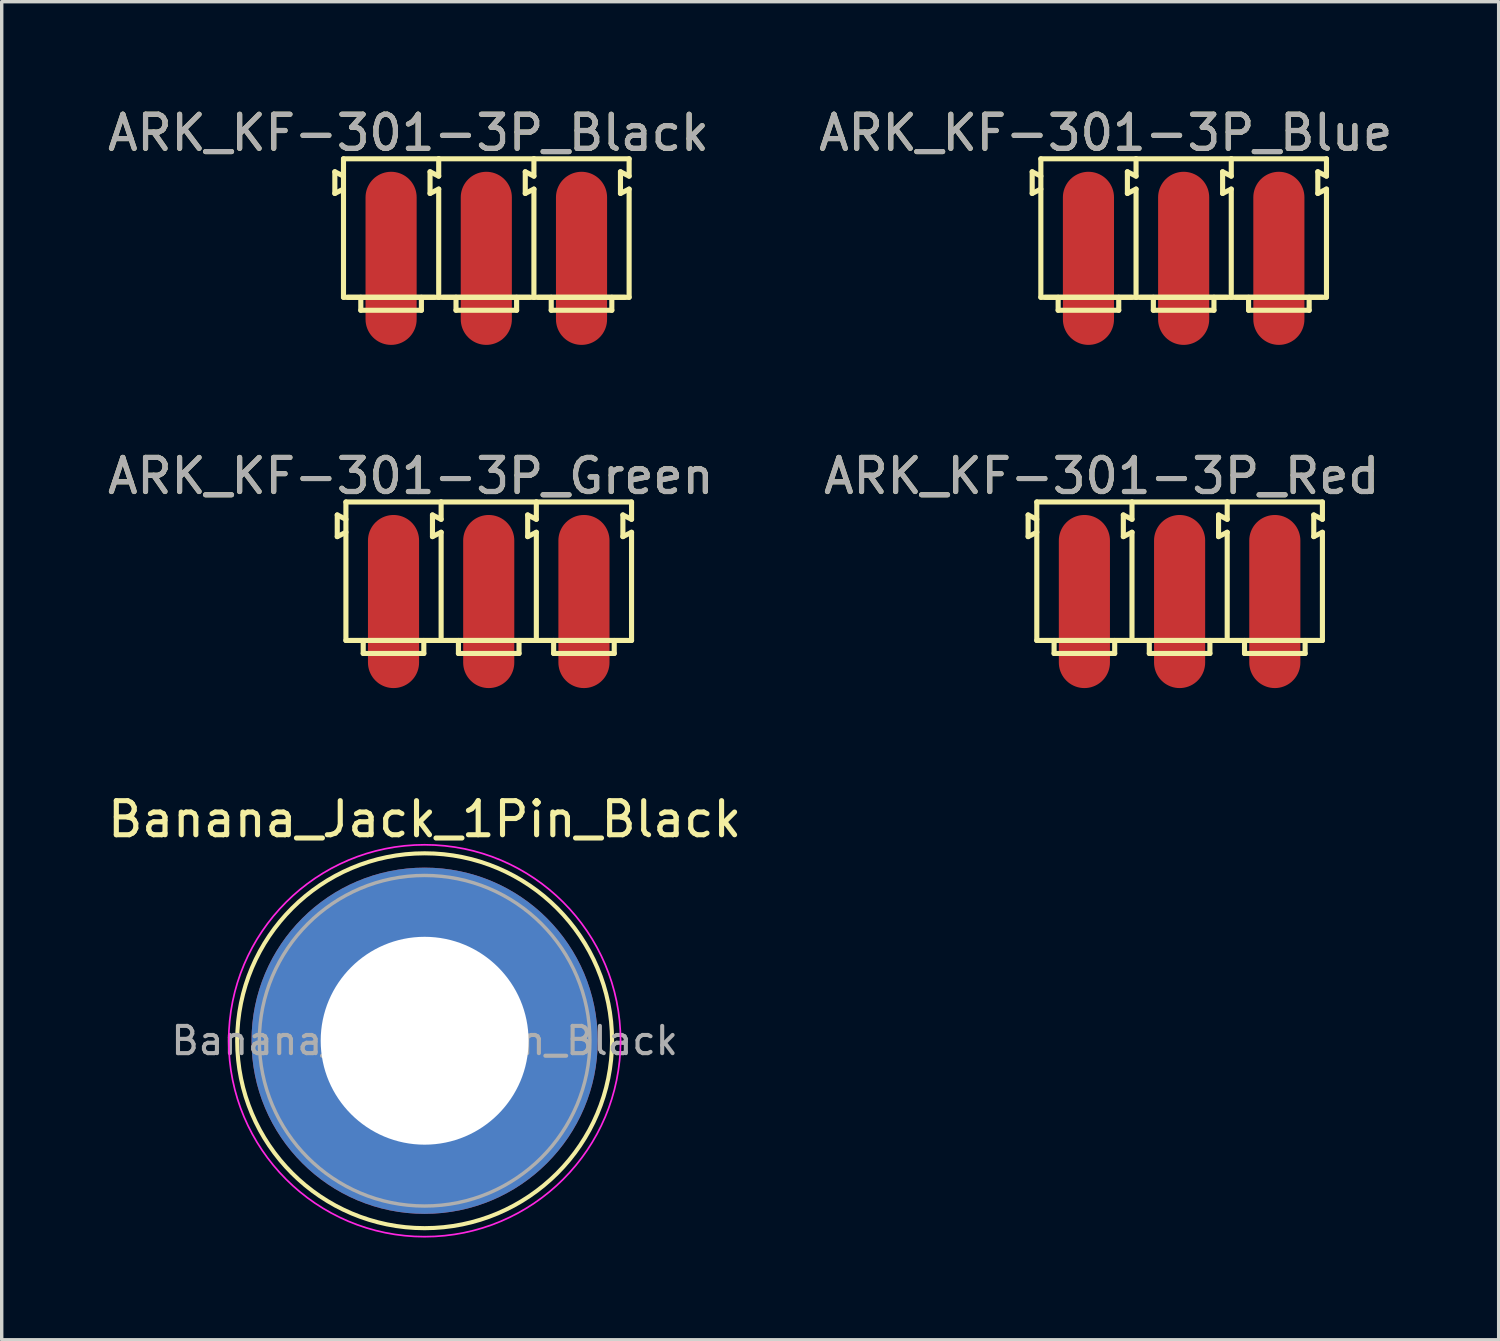
<source format=kicad_pcb>
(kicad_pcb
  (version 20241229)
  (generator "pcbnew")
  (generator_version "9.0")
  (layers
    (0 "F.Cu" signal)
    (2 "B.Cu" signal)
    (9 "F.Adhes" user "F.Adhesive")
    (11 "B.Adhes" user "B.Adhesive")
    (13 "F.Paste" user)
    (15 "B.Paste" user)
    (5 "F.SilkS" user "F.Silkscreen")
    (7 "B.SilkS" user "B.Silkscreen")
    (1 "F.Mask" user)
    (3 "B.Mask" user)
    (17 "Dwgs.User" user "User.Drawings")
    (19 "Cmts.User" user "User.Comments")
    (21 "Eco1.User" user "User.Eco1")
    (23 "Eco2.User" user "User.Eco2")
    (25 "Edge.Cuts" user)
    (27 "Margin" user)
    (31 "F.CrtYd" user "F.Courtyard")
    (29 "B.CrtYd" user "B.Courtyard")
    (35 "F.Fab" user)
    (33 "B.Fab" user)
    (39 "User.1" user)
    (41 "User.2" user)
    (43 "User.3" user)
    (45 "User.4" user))
  (footprint "ARK_KF-301-3P_Green"
    (layer "F.Cu")
    (at 8.498 13.332)
    (property "Reference" "ARK_KF-301-3P_Green" (at 0.508 -2.413 180) (layer "F.SilkS") (effects (font (size 1 1) (thickness 0.15))))
    (attr through_hole)
    (fp_line (start -1.651 -1.27) (end -1.651 -0.635) (stroke (width 0.15) (type solid)) (layer "F.SilkS"))
    (fp_line (start -1.651 -0.635) (end -1.397 -0.762) (stroke (width 0.15) (type solid)) (layer "F.SilkS"))
    (fp_line (start -1.397 -1.651) (end 1.397 -1.651) (stroke (width 0.15) (type solid)) (layer "F.SilkS"))
    (fp_line (start -1.397 -1.143) (end -1.651 -1.27) (stroke (width 0.15) (type solid)) (layer "F.SilkS"))
    (fp_line (start -1.397 2.413) (end -1.397 -1.651) (stroke (width 0.15) (type solid)) (layer "F.SilkS"))
    (fp_line (start -1.27 2.413) (end 1.27 2.413) (stroke (width 0.15) (type solid)) (layer "F.SilkS"))
    (fp_line (start -0.889 2.794) (end -0.889 2.413) (stroke (width 0.15) (type solid)) (layer "F.SilkS"))
    (fp_line (start 0.889 2.794) (end -0.889 2.794) (stroke (width 0.15) (type solid)) (layer "F.SilkS"))
    (fp_line (start 0.889 2.794) (end 0.889 2.413) (stroke (width 0.15) (type solid)) (layer "F.SilkS"))
    (fp_line (start 1.143 -1.27) (end 1.143 -0.635) (stroke (width 0.15) (type solid)) (layer "F.SilkS"))
    (fp_line (start 1.143 -0.635) (end 1.397 -0.762) (stroke (width 0.15) (type solid)) (layer "F.SilkS"))
    (fp_line (start 1.397 -1.651) (end 4.191 -1.651) (stroke (width 0.15) (type solid)) (layer "F.SilkS"))
    (fp_line (start 1.397 -1.143) (end 1.143 -1.27) (stroke (width 0.15) (type solid)) (layer "F.SilkS"))
    (fp_line (start 1.397 -1.143) (end 1.397 -1.651) (stroke (width 0.15) (type solid)) (layer "F.SilkS"))
    (fp_line (start 1.397 -0.762) (end 1.397 2.413) (stroke (width 0.15) (type solid)) (layer "F.SilkS"))
    (fp_line (start 1.397 2.413) (end -1.397 2.413) (stroke (width 0.15) (type solid)) (layer "F.SilkS"))
    (fp_line (start 1.524 2.413) (end 4.064 2.413) (stroke (width 0.15) (type solid)) (layer "F.SilkS"))
    (fp_line (start 1.905 2.794) (end 1.905 2.413) (stroke (width 0.15) (type solid)) (layer "F.SilkS"))
    (fp_line (start 3.683 2.794) (end 1.905 2.794) (stroke (width 0.15) (type solid)) (layer "F.SilkS"))
    (fp_line (start 3.683 2.794) (end 3.683 2.413) (stroke (width 0.15) (type solid)) (layer "F.SilkS"))
    (fp_line (start 3.937 -1.27) (end 3.937 -0.635) (stroke (width 0.15) (type solid)) (layer "F.SilkS"))
    (fp_line (start 3.937 -0.635) (end 4.191 -0.762) (stroke (width 0.15) (type solid)) (layer "F.SilkS"))
    (fp_line (start 4.191 -1.651) (end 6.985 -1.651) (stroke (width 0.15) (type solid)) (layer "F.SilkS"))
    (fp_line (start 4.191 -1.143) (end 3.937 -1.27) (stroke (width 0.15) (type solid)) (layer "F.SilkS"))
    (fp_line (start 4.191 -1.143) (end 4.191 -1.651) (stroke (width 0.15) (type solid)) (layer "F.SilkS"))
    (fp_line (start 4.191 -0.762) (end 4.191 2.413) (stroke (width 0.15) (type solid)) (layer "F.SilkS"))
    (fp_line (start 4.191 2.413) (end 1.397 2.413) (stroke (width 0.15) (type solid)) (layer "F.SilkS"))
    (fp_line (start 4.318 2.413) (end 6.858 2.413) (stroke (width 0.15) (type solid)) (layer "F.SilkS"))
    (fp_line (start 4.699 2.794) (end 4.699 2.413) (stroke (width 0.15) (type solid)) (layer "F.SilkS"))
    (fp_line (start 6.477 2.794) (end 4.699 2.794) (stroke (width 0.15) (type solid)) (layer "F.SilkS"))
    (fp_line (start 6.477 2.794) (end 6.477 2.413) (stroke (width 0.15) (type solid)) (layer "F.SilkS"))
    (fp_line (start 6.731 -1.27) (end 6.731 -0.635) (stroke (width 0.15) (type solid)) (layer "F.SilkS"))
    (fp_line (start 6.731 -0.635) (end 6.985 -0.762) (stroke (width 0.15) (type solid)) (layer "F.SilkS"))
    (fp_line (start 6.985 -1.143) (end 6.731 -1.27) (stroke (width 0.15) (type solid)) (layer "F.SilkS"))
    (fp_line (start 6.985 -1.143) (end 6.985 -1.651) (stroke (width 0.15) (type solid)) (layer "F.SilkS"))
    (fp_line (start 6.985 -0.762) (end 6.985 2.413) (stroke (width 0.15) (type solid)) (layer "F.SilkS"))
    (fp_line (start 6.985 2.413) (end 4.191 2.413) (stroke (width 0.15) (type solid)) (layer "F.SilkS"))
    (fp_text user "${REFERENCE}" (at 0.508 -2.413 0) (layer "F.Fab") (effects (font (size 1 1) (thickness 0.15))))
    (pad "1" smd oval (at 0 0) (size 1.5 5.08) (drill (offset 0 1.27)) (layers "F.Cu" "F.Mask" "F.Paste"))
    (pad "2" smd oval (at 2.794 0) (size 1.5 5.08) (drill (offset 0 1.27)) (layers "F.Cu" "F.Mask" "F.Paste"))
    (pad "3" smd oval (at 5.588 0) (size 1.5 5.08) (drill (offset 0 1.27)) (layers "F.Cu" "F.Mask" "F.Paste")))
  (footprint "Banana_Jack_1Pin_Black"
    (layer "F.Cu")
    (at 9.411 27.491)
    (property "Reference" "Banana_Jack_1Pin_Black" (at 0 -6.5 0) (layer "F.SilkS") (effects (font (size 1 1) (thickness 0.15))))
    (attr through_hole)
    (fp_circle (center 0 0) (end 5.5 0) (stroke (width 0.12) (type solid)) (fill no) (layer "F.SilkS"))
    (fp_circle (center 0 0) (end 5.75 0) (stroke (width 0.05) (type solid)) (fill no) (layer "F.CrtYd"))
    (fp_circle (center 0 0) (end 2 0) (stroke (width 0.1) (type solid)) (fill no) (layer "F.Fab"))
    (fp_circle (center 0 0) (end 4.85 0.05) (stroke (width 0.1) (type solid)) (fill no) (layer "F.Fab"))
    (fp_text user "${REFERENCE}" (at 0 0 0) (layer "F.Fab") (effects (font (size 0.8 0.8) (thickness 0.12))))
    (pad "1" thru_hole circle (at 0 0) (size 10.16 10.16) (drill 6.1) (layers "*.Cu" "*.Mask")))
  (footprint "ARK_KF-301-3P_Black"
    (layer "F.Cu")
    (at 8.427 3.261)
    (property "Reference" "ARK_KF-301-3P_Black" (at 0.508 -2.413 180) (layer "F.SilkS") (effects (font (size 1 1) (thickness 0.15))))
    (attr through_hole)
    (fp_line (start -1.651 -1.27) (end -1.651 -0.635) (stroke (width 0.15) (type solid)) (layer "F.SilkS"))
    (fp_line (start -1.651 -0.635) (end -1.397 -0.762) (stroke (width 0.15) (type solid)) (layer "F.SilkS"))
    (fp_line (start -1.397 -1.651) (end 1.397 -1.651) (stroke (width 0.15) (type solid)) (layer "F.SilkS"))
    (fp_line (start -1.397 -1.143) (end -1.651 -1.27) (stroke (width 0.15) (type solid)) (layer "F.SilkS"))
    (fp_line (start -1.397 2.413) (end -1.397 -1.651) (stroke (width 0.15) (type solid)) (layer "F.SilkS"))
    (fp_line (start -1.27 2.413) (end 1.27 2.413) (stroke (width 0.15) (type solid)) (layer "F.SilkS"))
    (fp_line (start -0.889 2.794) (end -0.889 2.413) (stroke (width 0.15) (type solid)) (layer "F.SilkS"))
    (fp_line (start 0.889 2.794) (end -0.889 2.794) (stroke (width 0.15) (type solid)) (layer "F.SilkS"))
    (fp_line (start 0.889 2.794) (end 0.889 2.413) (stroke (width 0.15) (type solid)) (layer "F.SilkS"))
    (fp_line (start 1.143 -1.27) (end 1.143 -0.635) (stroke (width 0.15) (type solid)) (layer "F.SilkS"))
    (fp_line (start 1.143 -0.635) (end 1.397 -0.762) (stroke (width 0.15) (type solid)) (layer "F.SilkS"))
    (fp_line (start 1.397 -1.651) (end 4.191 -1.651) (stroke (width 0.15) (type solid)) (layer "F.SilkS"))
    (fp_line (start 1.397 -1.143) (end 1.143 -1.27) (stroke (width 0.15) (type solid)) (layer "F.SilkS"))
    (fp_line (start 1.397 -1.143) (end 1.397 -1.651) (stroke (width 0.15) (type solid)) (layer "F.SilkS"))
    (fp_line (start 1.397 -0.762) (end 1.397 2.413) (stroke (width 0.15) (type solid)) (layer "F.SilkS"))
    (fp_line (start 1.397 2.413) (end -1.397 2.413) (stroke (width 0.15) (type solid)) (layer "F.SilkS"))
    (fp_line (start 1.524 2.413) (end 4.064 2.413) (stroke (width 0.15) (type solid)) (layer "F.SilkS"))
    (fp_line (start 1.905 2.794) (end 1.905 2.413) (stroke (width 0.15) (type solid)) (layer "F.SilkS"))
    (fp_line (start 3.683 2.794) (end 1.905 2.794) (stroke (width 0.15) (type solid)) (layer "F.SilkS"))
    (fp_line (start 3.683 2.794) (end 3.683 2.413) (stroke (width 0.15) (type solid)) (layer "F.SilkS"))
    (fp_line (start 3.937 -1.27) (end 3.937 -0.635) (stroke (width 0.15) (type solid)) (layer "F.SilkS"))
    (fp_line (start 3.937 -0.635) (end 4.191 -0.762) (stroke (width 0.15) (type solid)) (layer "F.SilkS"))
    (fp_line (start 4.191 -1.651) (end 6.985 -1.651) (stroke (width 0.15) (type solid)) (layer "F.SilkS"))
    (fp_line (start 4.191 -1.143) (end 3.937 -1.27) (stroke (width 0.15) (type solid)) (layer "F.SilkS"))
    (fp_line (start 4.191 -1.143) (end 4.191 -1.651) (stroke (width 0.15) (type solid)) (layer "F.SilkS"))
    (fp_line (start 4.191 -0.762) (end 4.191 2.413) (stroke (width 0.15) (type solid)) (layer "F.SilkS"))
    (fp_line (start 4.191 2.413) (end 1.397 2.413) (stroke (width 0.15) (type solid)) (layer "F.SilkS"))
    (fp_line (start 4.318 2.413) (end 6.858 2.413) (stroke (width 0.15) (type solid)) (layer "F.SilkS"))
    (fp_line (start 4.699 2.794) (end 4.699 2.413) (stroke (width 0.15) (type solid)) (layer "F.SilkS"))
    (fp_line (start 6.477 2.794) (end 4.699 2.794) (stroke (width 0.15) (type solid)) (layer "F.SilkS"))
    (fp_line (start 6.477 2.794) (end 6.477 2.413) (stroke (width 0.15) (type solid)) (layer "F.SilkS"))
    (fp_line (start 6.731 -1.27) (end 6.731 -0.635) (stroke (width 0.15) (type solid)) (layer "F.SilkS"))
    (fp_line (start 6.731 -0.635) (end 6.985 -0.762) (stroke (width 0.15) (type solid)) (layer "F.SilkS"))
    (fp_line (start 6.985 -1.143) (end 6.731 -1.27) (stroke (width 0.15) (type solid)) (layer "F.SilkS"))
    (fp_line (start 6.985 -1.143) (end 6.985 -1.651) (stroke (width 0.15) (type solid)) (layer "F.SilkS"))
    (fp_line (start 6.985 -0.762) (end 6.985 2.413) (stroke (width 0.15) (type solid)) (layer "F.SilkS"))
    (fp_line (start 6.985 2.413) (end 4.191 2.413) (stroke (width 0.15) (type solid)) (layer "F.SilkS"))
    (fp_text user "${REFERENCE}" (at 0.508 -2.413 0) (layer "F.Fab") (effects (font (size 1 1) (thickness 0.15))))
    (pad "1" smd oval (at 0 0) (size 1.5 5.08) (drill (offset 0 1.27)) (layers "F.Cu" "F.Mask" "F.Paste"))
    (pad "2" smd oval (at 2.794 0) (size 1.5 5.08) (drill (offset 0 1.27)) (layers "F.Cu" "F.Mask" "F.Paste"))
    (pad "3" smd oval (at 5.588 0) (size 1.5 5.08) (drill (offset 0 1.27)) (layers "F.Cu" "F.Mask" "F.Paste")))
  (footprint "ARK_KF-301-3P_Blue"
    (layer "F.Cu")
    (at 28.891 3.261)
    (property "Reference" "ARK_KF-301-3P_Blue" (at 0.508 -2.413 180) (layer "F.SilkS") (effects (font (size 1 1) (thickness 0.15))))
    (attr through_hole)
    (fp_line (start -1.651 -1.27) (end -1.651 -0.635) (stroke (width 0.15) (type solid)) (layer "F.SilkS"))
    (fp_line (start -1.651 -0.635) (end -1.397 -0.762) (stroke (width 0.15) (type solid)) (layer "F.SilkS"))
    (fp_line (start -1.397 -1.651) (end 1.397 -1.651) (stroke (width 0.15) (type solid)) (layer "F.SilkS"))
    (fp_line (start -1.397 -1.143) (end -1.651 -1.27) (stroke (width 0.15) (type solid)) (layer "F.SilkS"))
    (fp_line (start -1.397 2.413) (end -1.397 -1.651) (stroke (width 0.15) (type solid)) (layer "F.SilkS"))
    (fp_line (start -1.27 2.413) (end 1.27 2.413) (stroke (width 0.15) (type solid)) (layer "F.SilkS"))
    (fp_line (start -0.889 2.794) (end -0.889 2.413) (stroke (width 0.15) (type solid)) (layer "F.SilkS"))
    (fp_line (start 0.889 2.794) (end -0.889 2.794) (stroke (width 0.15) (type solid)) (layer "F.SilkS"))
    (fp_line (start 0.889 2.794) (end 0.889 2.413) (stroke (width 0.15) (type solid)) (layer "F.SilkS"))
    (fp_line (start 1.143 -1.27) (end 1.143 -0.635) (stroke (width 0.15) (type solid)) (layer "F.SilkS"))
    (fp_line (start 1.143 -0.635) (end 1.397 -0.762) (stroke (width 0.15) (type solid)) (layer "F.SilkS"))
    (fp_line (start 1.397 -1.651) (end 4.191 -1.651) (stroke (width 0.15) (type solid)) (layer "F.SilkS"))
    (fp_line (start 1.397 -1.143) (end 1.143 -1.27) (stroke (width 0.15) (type solid)) (layer "F.SilkS"))
    (fp_line (start 1.397 -1.143) (end 1.397 -1.651) (stroke (width 0.15) (type solid)) (layer "F.SilkS"))
    (fp_line (start 1.397 -0.762) (end 1.397 2.413) (stroke (width 0.15) (type solid)) (layer "F.SilkS"))
    (fp_line (start 1.397 2.413) (end -1.397 2.413) (stroke (width 0.15) (type solid)) (layer "F.SilkS"))
    (fp_line (start 1.524 2.413) (end 4.064 2.413) (stroke (width 0.15) (type solid)) (layer "F.SilkS"))
    (fp_line (start 1.905 2.794) (end 1.905 2.413) (stroke (width 0.15) (type solid)) (layer "F.SilkS"))
    (fp_line (start 3.683 2.794) (end 1.905 2.794) (stroke (width 0.15) (type solid)) (layer "F.SilkS"))
    (fp_line (start 3.683 2.794) (end 3.683 2.413) (stroke (width 0.15) (type solid)) (layer "F.SilkS"))
    (fp_line (start 3.937 -1.27) (end 3.937 -0.635) (stroke (width 0.15) (type solid)) (layer "F.SilkS"))
    (fp_line (start 3.937 -0.635) (end 4.191 -0.762) (stroke (width 0.15) (type solid)) (layer "F.SilkS"))
    (fp_line (start 4.191 -1.651) (end 6.985 -1.651) (stroke (width 0.15) (type solid)) (layer "F.SilkS"))
    (fp_line (start 4.191 -1.143) (end 3.937 -1.27) (stroke (width 0.15) (type solid)) (layer "F.SilkS"))
    (fp_line (start 4.191 -1.143) (end 4.191 -1.651) (stroke (width 0.15) (type solid)) (layer "F.SilkS"))
    (fp_line (start 4.191 -0.762) (end 4.191 2.413) (stroke (width 0.15) (type solid)) (layer "F.SilkS"))
    (fp_line (start 4.191 2.413) (end 1.397 2.413) (stroke (width 0.15) (type solid)) (layer "F.SilkS"))
    (fp_line (start 4.318 2.413) (end 6.858 2.413) (stroke (width 0.15) (type solid)) (layer "F.SilkS"))
    (fp_line (start 4.699 2.794) (end 4.699 2.413) (stroke (width 0.15) (type solid)) (layer "F.SilkS"))
    (fp_line (start 6.477 2.794) (end 4.699 2.794) (stroke (width 0.15) (type solid)) (layer "F.SilkS"))
    (fp_line (start 6.477 2.794) (end 6.477 2.413) (stroke (width 0.15) (type solid)) (layer "F.SilkS"))
    (fp_line (start 6.731 -1.27) (end 6.731 -0.635) (stroke (width 0.15) (type solid)) (layer "F.SilkS"))
    (fp_line (start 6.731 -0.635) (end 6.985 -0.762) (stroke (width 0.15) (type solid)) (layer "F.SilkS"))
    (fp_line (start 6.985 -1.143) (end 6.731 -1.27) (stroke (width 0.15) (type solid)) (layer "F.SilkS"))
    (fp_line (start 6.985 -1.143) (end 6.985 -1.651) (stroke (width 0.15) (type solid)) (layer "F.SilkS"))
    (fp_line (start 6.985 -0.762) (end 6.985 2.413) (stroke (width 0.15) (type solid)) (layer "F.SilkS"))
    (fp_line (start 6.985 2.413) (end 4.191 2.413) (stroke (width 0.15) (type solid)) (layer "F.SilkS"))
    (fp_text user "${REFERENCE}" (at 0.508 -2.413 0) (layer "F.Fab") (effects (font (size 1 1) (thickness 0.15))))
    (pad "1" smd oval (at 0 0) (size 1.5 5.08) (drill (offset 0 1.27)) (layers "F.Cu" "F.Mask" "F.Paste"))
    (pad "2" smd oval (at 2.794 0) (size 1.5 5.08) (drill (offset 0 1.27)) (layers "F.Cu" "F.Mask" "F.Paste"))
    (pad "3" smd oval (at 5.588 0) (size 1.5 5.08) (drill (offset 0 1.27)) (layers "F.Cu" "F.Mask" "F.Paste")))
  (footprint "ARK_KF-301-3P_Red"
    (layer "F.Cu")
    (at 28.772 13.332)
    (property "Reference" "ARK_KF-301-3P_Red" (at 0.508 -2.413 180) (layer "F.SilkS") (effects (font (size 1 1) (thickness 0.15))))
    (attr through_hole)
    (fp_line (start -1.651 -1.27) (end -1.651 -0.635) (stroke (width 0.15) (type solid)) (layer "F.SilkS"))
    (fp_line (start -1.651 -0.635) (end -1.397 -0.762) (stroke (width 0.15) (type solid)) (layer "F.SilkS"))
    (fp_line (start -1.397 -1.651) (end 1.397 -1.651) (stroke (width 0.15) (type solid)) (layer "F.SilkS"))
    (fp_line (start -1.397 -1.143) (end -1.651 -1.27) (stroke (width 0.15) (type solid)) (layer "F.SilkS"))
    (fp_line (start -1.397 2.413) (end -1.397 -1.651) (stroke (width 0.15) (type solid)) (layer "F.SilkS"))
    (fp_line (start -1.27 2.413) (end 1.27 2.413) (stroke (width 0.15) (type solid)) (layer "F.SilkS"))
    (fp_line (start -0.889 2.794) (end -0.889 2.413) (stroke (width 0.15) (type solid)) (layer "F.SilkS"))
    (fp_line (start 0.889 2.794) (end -0.889 2.794) (stroke (width 0.15) (type solid)) (layer "F.SilkS"))
    (fp_line (start 0.889 2.794) (end 0.889 2.413) (stroke (width 0.15) (type solid)) (layer "F.SilkS"))
    (fp_line (start 1.143 -1.27) (end 1.143 -0.635) (stroke (width 0.15) (type solid)) (layer "F.SilkS"))
    (fp_line (start 1.143 -0.635) (end 1.397 -0.762) (stroke (width 0.15) (type solid)) (layer "F.SilkS"))
    (fp_line (start 1.397 -1.651) (end 4.191 -1.651) (stroke (width 0.15) (type solid)) (layer "F.SilkS"))
    (fp_line (start 1.397 -1.143) (end 1.143 -1.27) (stroke (width 0.15) (type solid)) (layer "F.SilkS"))
    (fp_line (start 1.397 -1.143) (end 1.397 -1.651) (stroke (width 0.15) (type solid)) (layer "F.SilkS"))
    (fp_line (start 1.397 -0.762) (end 1.397 2.413) (stroke (width 0.15) (type solid)) (layer "F.SilkS"))
    (fp_line (start 1.397 2.413) (end -1.397 2.413) (stroke (width 0.15) (type solid)) (layer "F.SilkS"))
    (fp_line (start 1.524 2.413) (end 4.064 2.413) (stroke (width 0.15) (type solid)) (layer "F.SilkS"))
    (fp_line (start 1.905 2.794) (end 1.905 2.413) (stroke (width 0.15) (type solid)) (layer "F.SilkS"))
    (fp_line (start 3.683 2.794) (end 1.905 2.794) (stroke (width 0.15) (type solid)) (layer "F.SilkS"))
    (fp_line (start 3.683 2.794) (end 3.683 2.413) (stroke (width 0.15) (type solid)) (layer "F.SilkS"))
    (fp_line (start 3.937 -1.27) (end 3.937 -0.635) (stroke (width 0.15) (type solid)) (layer "F.SilkS"))
    (fp_line (start 3.937 -0.635) (end 4.191 -0.762) (stroke (width 0.15) (type solid)) (layer "F.SilkS"))
    (fp_line (start 4.191 -1.651) (end 6.985 -1.651) (stroke (width 0.15) (type solid)) (layer "F.SilkS"))
    (fp_line (start 4.191 -1.143) (end 3.937 -1.27) (stroke (width 0.15) (type solid)) (layer "F.SilkS"))
    (fp_line (start 4.191 -1.143) (end 4.191 -1.651) (stroke (width 0.15) (type solid)) (layer "F.SilkS"))
    (fp_line (start 4.191 -0.762) (end 4.191 2.413) (stroke (width 0.15) (type solid)) (layer "F.SilkS"))
    (fp_line (start 4.191 2.413) (end 1.397 2.413) (stroke (width 0.15) (type solid)) (layer "F.SilkS"))
    (fp_line (start 4.318 2.413) (end 6.858 2.413) (stroke (width 0.15) (type solid)) (layer "F.SilkS"))
    (fp_line (start 4.699 2.794) (end 4.699 2.413) (stroke (width 0.15) (type solid)) (layer "F.SilkS"))
    (fp_line (start 6.477 2.794) (end 4.699 2.794) (stroke (width 0.15) (type solid)) (layer "F.SilkS"))
    (fp_line (start 6.477 2.794) (end 6.477 2.413) (stroke (width 0.15) (type solid)) (layer "F.SilkS"))
    (fp_line (start 6.731 -1.27) (end 6.731 -0.635) (stroke (width 0.15) (type solid)) (layer "F.SilkS"))
    (fp_line (start 6.731 -0.635) (end 6.985 -0.762) (stroke (width 0.15) (type solid)) (layer "F.SilkS"))
    (fp_line (start 6.985 -1.143) (end 6.731 -1.27) (stroke (width 0.15) (type solid)) (layer "F.SilkS"))
    (fp_line (start 6.985 -1.143) (end 6.985 -1.651) (stroke (width 0.15) (type solid)) (layer "F.SilkS"))
    (fp_line (start 6.985 -0.762) (end 6.985 2.413) (stroke (width 0.15) (type solid)) (layer "F.SilkS"))
    (fp_line (start 6.985 2.413) (end 4.191 2.413) (stroke (width 0.15) (type solid)) (layer "F.SilkS"))
    (fp_text user "${REFERENCE}" (at 0.508 -2.413 0) (layer "F.Fab") (effects (font (size 1 1) (thickness 0.15))))
    (pad "1" smd oval (at 0 0) (size 1.5 5.08) (drill (offset 0 1.27)) (layers "F.Cu" "F.Mask" "F.Paste"))
    (pad "2" smd oval (at 2.794 0) (size 1.5 5.08) (drill (offset 0 1.27)) (layers "F.Cu" "F.Mask" "F.Paste"))
    (pad "3" smd oval (at 5.588 0) (size 1.5 5.08) (drill (offset 0 1.27)) (layers "F.Cu" "F.Mask" "F.Paste")))
  (gr_rect
    (start -3 -3)
    (end 40.929 36.266)
    (stroke (width 0.1) (type default))
    (fill no)
    (layer "Edge.Cuts")))
</source>
